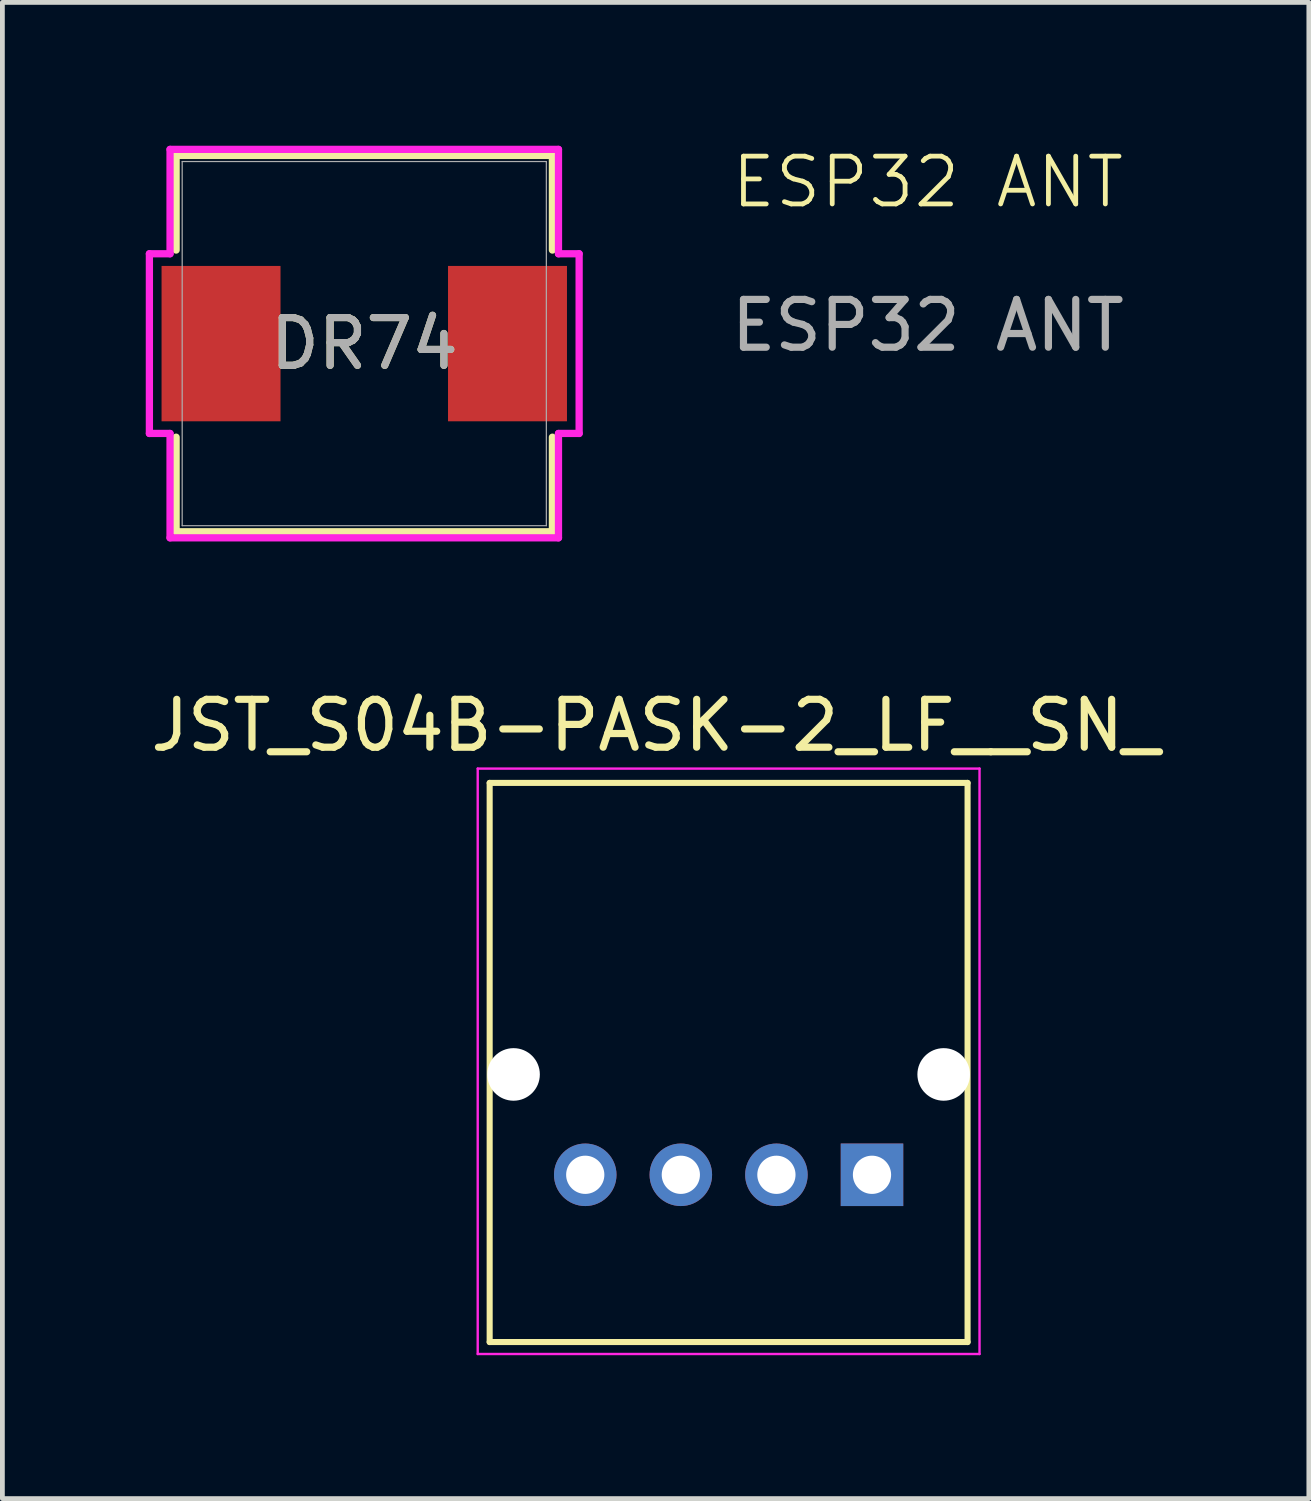
<source format=kicad_pcb>
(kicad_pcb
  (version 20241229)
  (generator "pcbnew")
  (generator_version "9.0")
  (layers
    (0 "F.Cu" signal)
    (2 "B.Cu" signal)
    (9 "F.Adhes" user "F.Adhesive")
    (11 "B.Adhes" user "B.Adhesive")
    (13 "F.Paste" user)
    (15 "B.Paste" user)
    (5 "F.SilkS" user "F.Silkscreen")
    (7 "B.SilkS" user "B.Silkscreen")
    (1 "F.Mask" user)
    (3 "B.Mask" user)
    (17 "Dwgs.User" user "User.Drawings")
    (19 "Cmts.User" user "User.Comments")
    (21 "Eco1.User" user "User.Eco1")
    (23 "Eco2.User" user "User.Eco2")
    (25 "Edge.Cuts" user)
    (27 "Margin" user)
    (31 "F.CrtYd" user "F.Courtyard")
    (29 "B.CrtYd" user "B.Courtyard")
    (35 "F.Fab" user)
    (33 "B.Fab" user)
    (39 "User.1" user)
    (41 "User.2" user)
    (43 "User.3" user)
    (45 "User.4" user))
  (footprint "DR74"
    (layer "F.Cu")
    (at 4.572 4.14)
    (property "Reference" "DR74" (at 0 0 0) (unlocked yes) (layer "F.SilkS") (effects (font (size 1 1) (thickness 0.15))))
    (attr smd)
    (fp_line (start -3.937 -3.937) (end -3.937 -1.958) (stroke (width 0.152) (type solid)) (layer "F.SilkS"))
    (fp_line (start -3.937 1.958) (end -3.937 3.937) (stroke (width 0.152) (type solid)) (layer "F.SilkS"))
    (fp_line (start -3.937 3.937) (end 3.937 3.937) (stroke (width 0.152) (type solid)) (layer "F.SilkS"))
    (fp_line (start 3.937 -3.937) (end -3.937 -3.937) (stroke (width 0.152) (type solid)) (layer "F.SilkS"))
    (fp_line (start 3.937 -1.958) (end 3.937 -3.937) (stroke (width 0.152) (type solid)) (layer "F.SilkS"))
    (fp_line (start 3.937 3.937) (end 3.937 1.958) (stroke (width 0.152) (type solid)) (layer "F.SilkS"))
    (fp_line (start -4.496 -1.88) (end -4.064 -1.88) (stroke (width 0.152) (type solid)) (layer "F.CrtYd"))
    (fp_line (start -4.496 1.88) (end -4.496 -1.88) (stroke (width 0.152) (type solid)) (layer "F.CrtYd"))
    (fp_line (start -4.496 1.88) (end -4.064 1.88) (stroke (width 0.152) (type solid)) (layer "F.CrtYd"))
    (fp_line (start -4.064 -4.064) (end 4.064 -4.064) (stroke (width 0.152) (type solid)) (layer "F.CrtYd"))
    (fp_line (start -4.064 -1.88) (end -4.064 -4.064) (stroke (width 0.152) (type solid)) (layer "F.CrtYd"))
    (fp_line (start -4.064 1.88) (end -4.064 4.064) (stroke (width 0.152) (type solid)) (layer "F.CrtYd"))
    (fp_line (start -4.064 4.064) (end 4.064 4.064) (stroke (width 0.152) (type solid)) (layer "F.CrtYd"))
    (fp_line (start 4.064 -4.064) (end 4.064 -1.88) (stroke (width 0.152) (type solid)) (layer "F.CrtYd"))
    (fp_line (start 4.064 -1.88) (end 4.496 -1.88) (stroke (width 0.152) (type solid)) (layer "F.CrtYd"))
    (fp_line (start 4.064 1.88) (end 4.496 1.88) (stroke (width 0.152) (type solid)) (layer "F.CrtYd"))
    (fp_line (start 4.064 4.064) (end 4.064 1.88) (stroke (width 0.152) (type solid)) (layer "F.CrtYd"))
    (fp_line (start 4.496 -1.88) (end 4.496 1.88) (stroke (width 0.152) (type solid)) (layer "F.CrtYd"))
    (fp_line (start -3.81 -3.81) (end -3.81 3.81) (stroke (width 0.025) (type solid)) (layer "F.Fab"))
    (fp_line (start -3.81 3.81) (end 3.81 3.81) (stroke (width 0.025) (type solid)) (layer "F.Fab"))
    (fp_line (start 3.81 -3.81) (end -3.81 -3.81) (stroke (width 0.025) (type solid)) (layer "F.Fab"))
    (fp_line (start 3.81 3.81) (end 3.81 -3.81) (stroke (width 0.025) (type solid)) (layer "F.Fab"))
    (fp_text user "${REFERENCE}" (at 0 0 0) (unlocked yes) (layer "F.Fab") (effects (font (size 1 1) (thickness 0.15))))
    (pad "1" smd rect (at -2.997 0) (size 2.489 3.251) (layers "F.Cu" "F.Mask" "F.Paste"))
    (pad "2" smd rect (at 2.997 0) (size 2.489 3.251) (layers "F.Cu" "F.Mask" "F.Paste"))
    (zone (net_name "") (layer "F.Cu") (hatch full 0.508) (connect_pads) (min_thickness 0.254) (filled_areas_thickness no) (keepout (tracks not_allowed) (vias not_allowed) (pads allowed) (copperpour not_allowed) (footprints allowed)) (placement (enabled no)) (fill) (polygon (pts (xy 2.87 0.381) (xy 6.274 0.381) (xy 6.274 7.899) (xy 2.87 7.899)))))
  (footprint "JST_S04B-PASK-2_LF__SN_"
    (layer "F.Cu")
    (at 12.196 21.532)
    (property "Reference" "JST_S04B-PASK-2_LF__SN_" (at -1.528 -9.403 0) (layer "F.SilkS") (effects (font (size 1.002 1.002) (thickness 0.15))))
    (attr through_hole)
    (fp_line (start -5 -8.2) (end 5 -8.2) (stroke (width 0.127) (type solid)) (layer "F.SilkS"))
    (fp_line (start -5 3.5) (end -5 -8.2) (stroke (width 0.127) (type solid)) (layer "F.SilkS"))
    (fp_line (start 5 -8.2) (end 5 3.5) (stroke (width 0.127) (type solid)) (layer "F.SilkS"))
    (fp_line (start 5 3.5) (end -5 3.5) (stroke (width 0.127) (type solid)) (layer "F.SilkS"))
    (fp_line (start -5.25 -8.5) (end 5.25 -8.5) (stroke (width 0.05) (type solid)) (layer "F.CrtYd"))
    (fp_line (start -5.25 3.75) (end -5.25 -8.5) (stroke (width 0.05) (type solid)) (layer "F.CrtYd"))
    (fp_line (start 5.25 -8.5) (end 5.25 3.75) (stroke (width 0.05) (type solid)) (layer "F.CrtYd"))
    (fp_line (start 5.25 3.75) (end -5.25 3.75) (stroke (width 0.05) (type solid)) (layer "F.CrtYd"))
    (pad "" np_thru_hole circle (at -4.5 -2.1) (size 1.1 1.1) (drill 1.1) (layers "*.Cu" "*.Mask"))
    (pad "" np_thru_hole circle (at 4.5 -2.1) (size 1.1 1.1) (drill 1.1) (layers "*.Cu" "*.Mask"))
    (pad "1" thru_hole rect (at 3 0) (size 1.308 1.308) (drill 0.8) (layers "*.Cu" "*.Mask"))
    (pad "2" thru_hole circle (at 1 0) (size 1.308 1.308) (drill 0.8) (layers "*.Cu" "*.Mask"))
    (pad "3" thru_hole circle (at -1 0) (size 1.308 1.308) (drill 0.8) (layers "*.Cu" "*.Mask"))
    (pad "4" thru_hole circle (at -3 0) (size 1.308 1.308) (drill 0.8) (layers "*.Cu" "*.Mask")))
  (footprint "ESP32 ANT"
    (layer "F.Cu")
    (at 16.364 1.26)
    (property "Reference" "ESP32 ANT" (at 0 -0.5 0) (unlocked yes) (layer "F.SilkS") (effects (font (size 1 1) (thickness 0.1))))
    (attr smd)
    (fp_text user "${REFERENCE}" (at 0 2.5 0) (unlocked yes) (layer "F.Fab") (effects (font (size 1 1) (thickness 0.15)))))
  (gr_rect
    (start -3 -3)
    (end 24.337 28.307)
    (stroke (width 0.1) (type default))
    (fill no)
    (layer "Edge.Cuts")))
</source>
